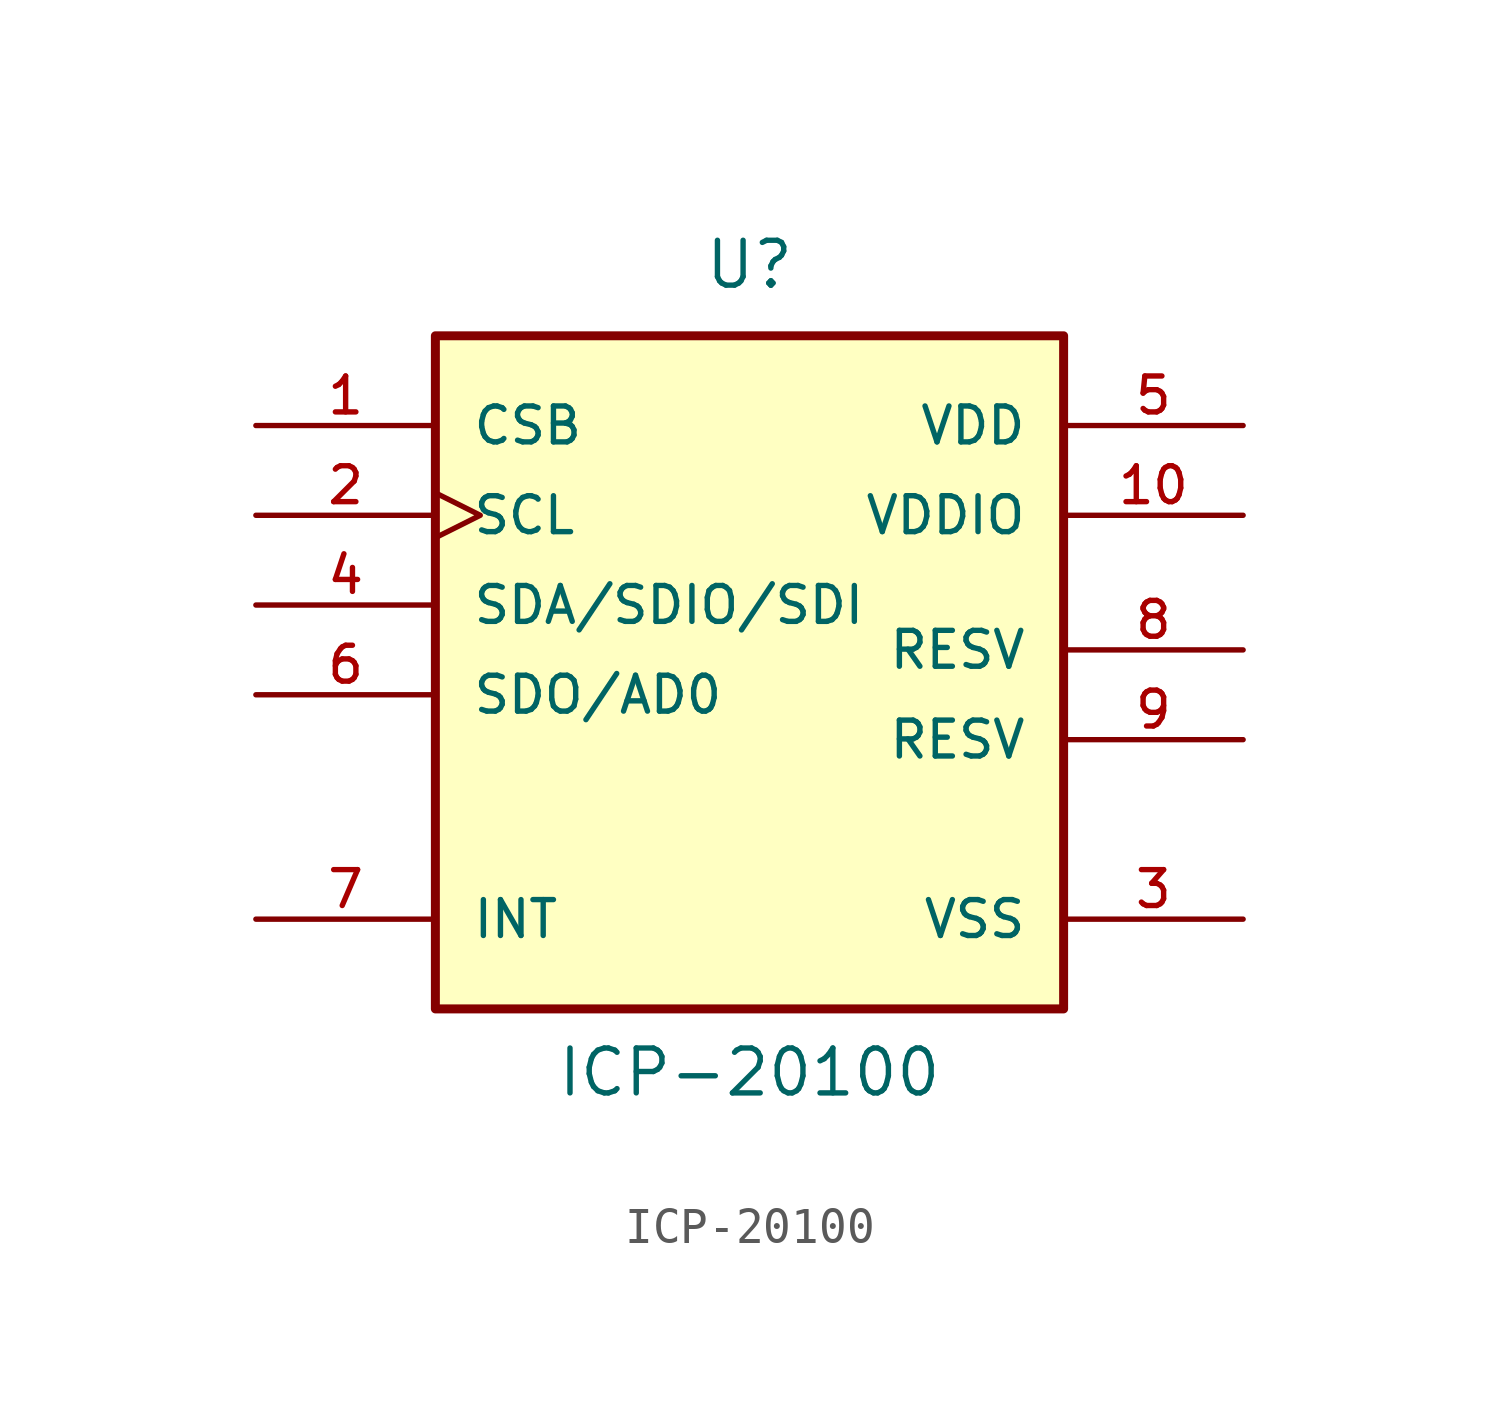
<source format=kicad_sym>
(kicad_symbol_lib
  (version 20241209)
  (generator "kicad_symbol_editor")
  (generator_version "9.0")
  (symbol "ICP-20100"
    (pin_names
      (offset 1.016))
    (property "Reference" "U"
      (at 0 12.7 0)
      (effects (font (size 1.27 1.27)) (justify bottom)))
    (property "Value" "ICP-20100"
      (at 0 -10.16 0)
      (effects (font (size 1.27 1.27)) (justify bottom)))
    (symbol "ICP-20100_0_0"
      (rectangle (start -8.89 11.43) (end 8.89 -7.62) (stroke (width 0.254) (type default)) (fill (type background)))
      (pin input line (at -13.97 8.89 0) (length 5.08) (name "CSB" (effects (font (size 1.016 1.016)))) (number "1" (effects (font (size 1.016 1.016)))))
      (pin input clock (at -13.97 6.35 0) (length 5.08) (name "SCL" (effects (font (size 1.016 1.016)))) (number "2" (effects (font (size 1.016 1.016)))))
      (pin bidirectional line (at -13.97 3.81 0) (length 5.08) (name "SDA/SDIO/SDI" (effects (font (size 1.016 1.016)))) (number "4" (effects (font (size 1.016 1.016)))))
      (pin bidirectional line (at -13.97 1.27 0) (length 5.08) (name "SDO/AD0" (effects (font (size 1.016 1.016)))) (number "6" (effects (font (size 1.016 1.016)))))
      (pin output line (at -13.97 -5.08 0) (length 5.08) (name "INT" (effects (font (size 1.016 1.016)))) (number "7" (effects (font (size 1.016 1.016)))))
      (pin power_in line (at 13.97 8.89 180) (length 5.08) (name "VDD" (effects (font (size 1.016 1.016)))) (number "5" (effects (font (size 1.016 1.016)))))
      (pin power_in line (at 13.97 6.35 180) (length 5.08) (name "VDDIO" (effects (font (size 1.016 1.016)))) (number "10" (effects (font (size 1.016 1.016)))))
      (pin passive line (at 13.97 2.54 180) (length 5.08) (name "RESV" (effects (font (size 1.016 1.016)))) (number "8" (effects (font (size 1.016 1.016)))))
      (pin passive line (at 13.97 0 180) (length 5.08) (name "RESV" (effects (font (size 1.016 1.016)))) (number "9" (effects (font (size 1.016 1.016)))))
      (pin power_in line (at 13.97 -5.08 180) (length 5.08) (name "VSS" (effects (font (size 1.016 1.016)))) (number "3" (effects (font (size 1.016 1.016))))))))
</source>
